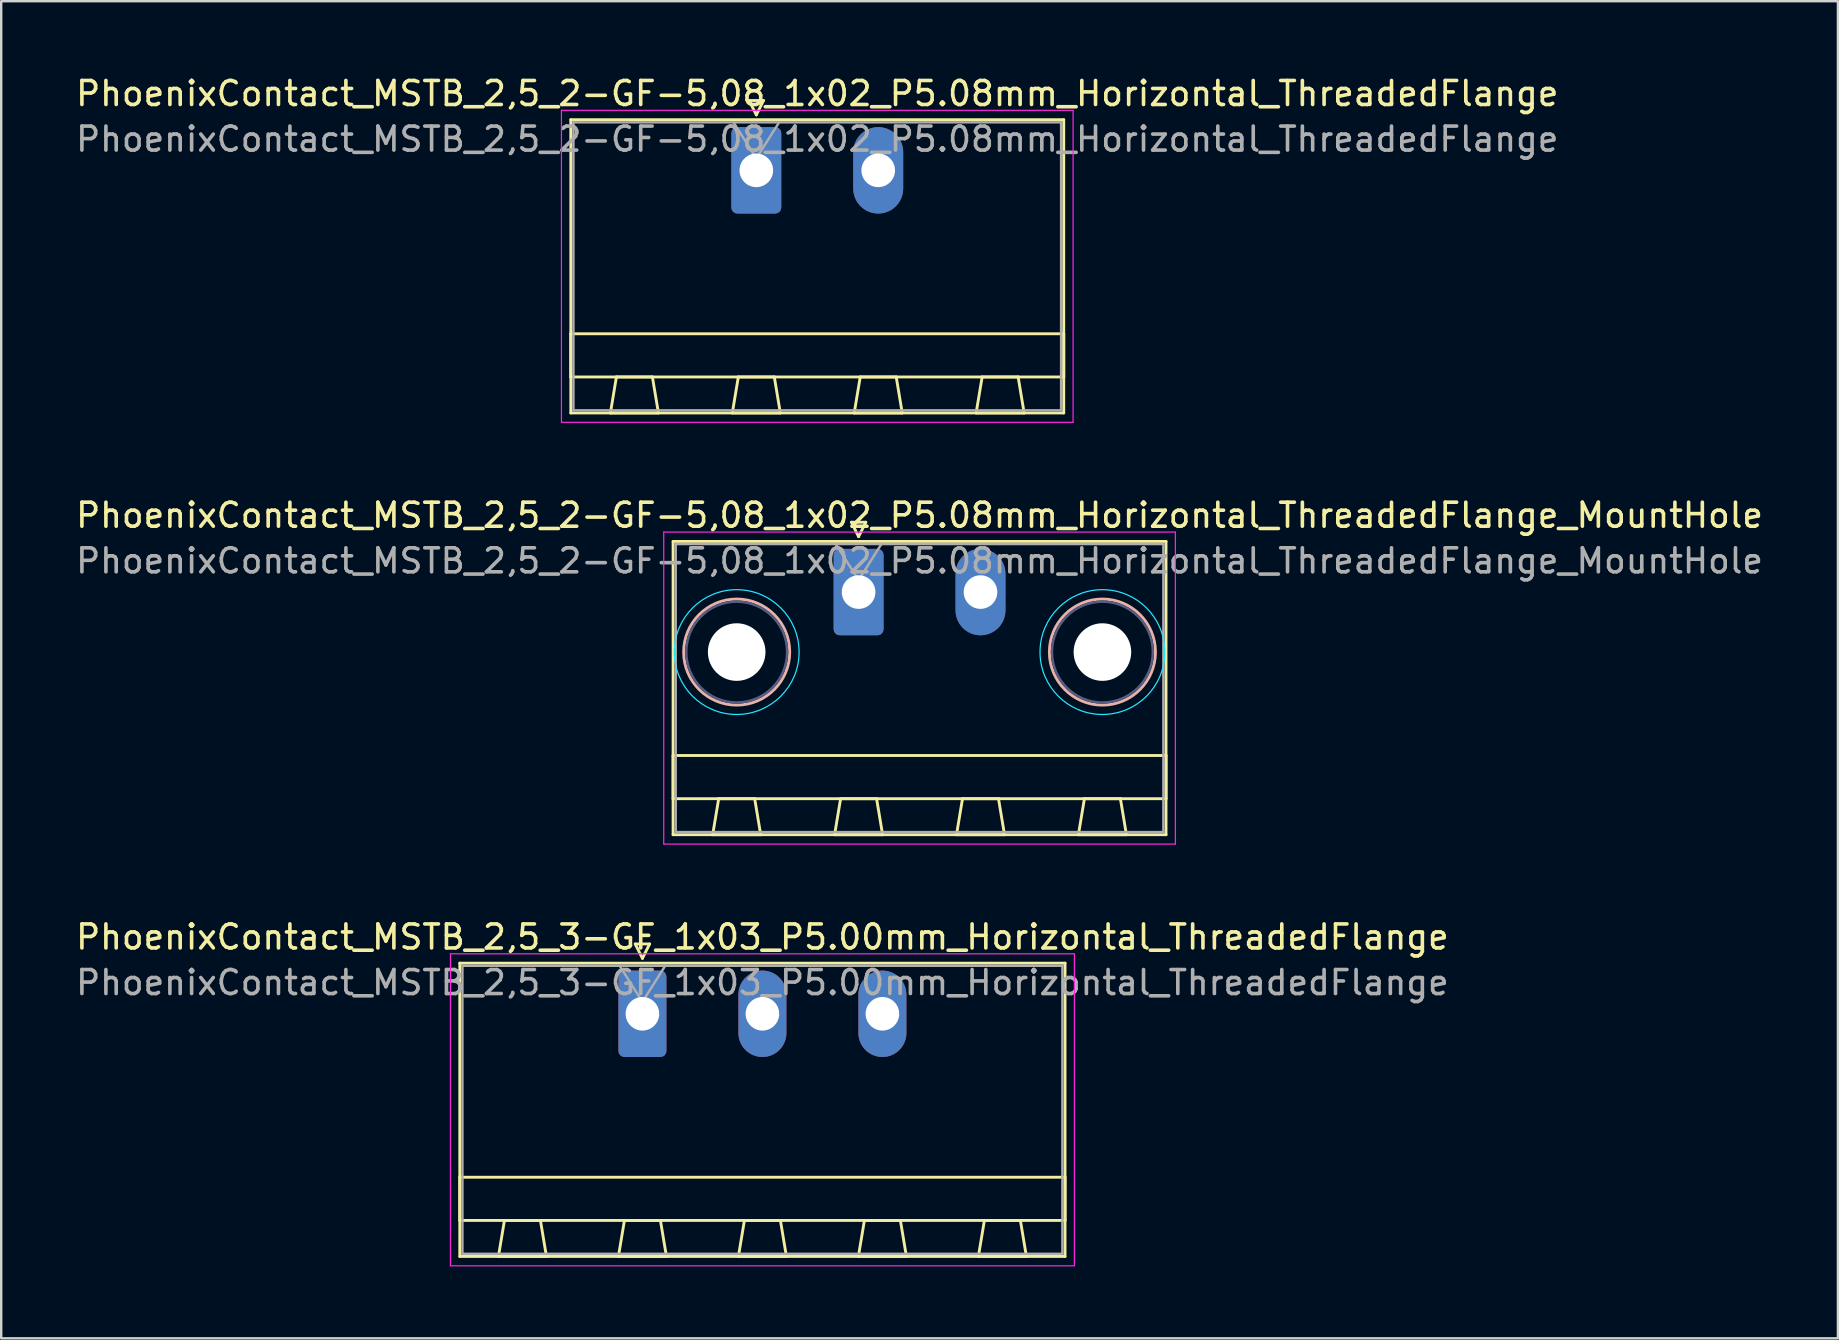
<source format=kicad_pcb>
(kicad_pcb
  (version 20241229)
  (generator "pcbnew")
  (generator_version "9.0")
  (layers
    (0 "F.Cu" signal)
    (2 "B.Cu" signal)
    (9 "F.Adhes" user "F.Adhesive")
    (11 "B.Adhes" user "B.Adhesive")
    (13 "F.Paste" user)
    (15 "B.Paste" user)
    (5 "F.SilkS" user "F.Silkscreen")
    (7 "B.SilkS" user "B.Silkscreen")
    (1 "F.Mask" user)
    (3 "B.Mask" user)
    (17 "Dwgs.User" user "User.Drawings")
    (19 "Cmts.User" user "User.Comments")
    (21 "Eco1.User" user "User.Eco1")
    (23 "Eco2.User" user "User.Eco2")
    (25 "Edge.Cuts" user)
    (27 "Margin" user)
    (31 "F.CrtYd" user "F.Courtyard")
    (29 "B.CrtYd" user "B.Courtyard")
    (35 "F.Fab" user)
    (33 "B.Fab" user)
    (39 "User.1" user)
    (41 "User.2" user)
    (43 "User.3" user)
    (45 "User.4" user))
  (footprint "PhoenixContact_MSTB_2,5_3-GF_1x03_P5.00mm_Horizontal_ThreadedFlange"
    (layer "F.Cu")
    (at 23.72 39.195)
    (property "Reference" "PhoenixContact_MSTB_2,5_3-GF_1x03_P5.00mm_Horizontal_ThreadedFlange" (at 5 -3.2 0) (layer "F.SilkS") (effects (font (size 1 1) (thickness 0.15))))
    (attr through_hole)
    (fp_line (start -7.61 -2.11) (end -7.61 10.11) (stroke (width 0.12) (type solid)) (layer "F.SilkS"))
    (fp_line (start -7.61 6.81) (end 17.61 6.81) (stroke (width 0.12) (type solid)) (layer "F.SilkS"))
    (fp_line (start -7.61 8.61) (end -7.61 6.81) (stroke (width 0.12) (type solid)) (layer "F.SilkS"))
    (fp_line (start -7.61 10.11) (end 17.61 10.11) (stroke (width 0.12) (type solid)) (layer "F.SilkS"))
    (fp_line (start -6 10.11) (end -4 10.11) (stroke (width 0.12) (type solid)) (layer "F.SilkS"))
    (fp_line (start -5.75 8.61) (end -6 10.11) (stroke (width 0.12) (type solid)) (layer "F.SilkS"))
    (fp_line (start -4.25 8.61) (end -5.75 8.61) (stroke (width 0.12) (type solid)) (layer "F.SilkS"))
    (fp_line (start -4 10.11) (end -4.25 8.61) (stroke (width 0.12) (type solid)) (layer "F.SilkS"))
    (fp_line (start -1 10.11) (end 1 10.11) (stroke (width 0.12) (type solid)) (layer "F.SilkS"))
    (fp_line (start -0.75 8.61) (end -1 10.11) (stroke (width 0.12) (type solid)) (layer "F.SilkS"))
    (fp_line (start -0.3 -2.91) (end 0.3 -2.91) (stroke (width 0.12) (type solid)) (layer "F.SilkS"))
    (fp_line (start 0 -2.31) (end -0.3 -2.91) (stroke (width 0.12) (type solid)) (layer "F.SilkS"))
    (fp_line (start 0.3 -2.91) (end 0 -2.31) (stroke (width 0.12) (type solid)) (layer "F.SilkS"))
    (fp_line (start 0.75 8.61) (end -0.75 8.61) (stroke (width 0.12) (type solid)) (layer "F.SilkS"))
    (fp_line (start 1 10.11) (end 0.75 8.61) (stroke (width 0.12) (type solid)) (layer "F.SilkS"))
    (fp_line (start 4 10.11) (end 6 10.11) (stroke (width 0.12) (type solid)) (layer "F.SilkS"))
    (fp_line (start 4.25 8.61) (end 4 10.11) (stroke (width 0.12) (type solid)) (layer "F.SilkS"))
    (fp_line (start 5.75 8.61) (end 4.25 8.61) (stroke (width 0.12) (type solid)) (layer "F.SilkS"))
    (fp_line (start 6 10.11) (end 5.75 8.61) (stroke (width 0.12) (type solid)) (layer "F.SilkS"))
    (fp_line (start 9 10.11) (end 11 10.11) (stroke (width 0.12) (type solid)) (layer "F.SilkS"))
    (fp_line (start 9.25 8.61) (end 9 10.11) (stroke (width 0.12) (type solid)) (layer "F.SilkS"))
    (fp_line (start 10.75 8.61) (end 9.25 8.61) (stroke (width 0.12) (type solid)) (layer "F.SilkS"))
    (fp_line (start 11 10.11) (end 10.75 8.61) (stroke (width 0.12) (type solid)) (layer "F.SilkS"))
    (fp_line (start 14 10.11) (end 16 10.11) (stroke (width 0.12) (type solid)) (layer "F.SilkS"))
    (fp_line (start 14.25 8.61) (end 14 10.11) (stroke (width 0.12) (type solid)) (layer "F.SilkS"))
    (fp_line (start 15.75 8.61) (end 14.25 8.61) (stroke (width 0.12) (type solid)) (layer "F.SilkS"))
    (fp_line (start 16 10.11) (end 15.75 8.61) (stroke (width 0.12) (type solid)) (layer "F.SilkS"))
    (fp_line (start 17.61 -2.11) (end -7.61 -2.11) (stroke (width 0.12) (type solid)) (layer "F.SilkS"))
    (fp_line (start 17.61 6.81) (end 17.61 8.61) (stroke (width 0.12) (type solid)) (layer "F.SilkS"))
    (fp_line (start 17.61 8.61) (end -7.61 8.61) (stroke (width 0.12) (type solid)) (layer "F.SilkS"))
    (fp_line (start 17.61 10.11) (end 17.61 -2.11) (stroke (width 0.12) (type solid)) (layer "F.SilkS"))
    (fp_line (start -8 -2.5) (end -8 10.5) (stroke (width 0.05) (type solid)) (layer "F.CrtYd"))
    (fp_line (start -8 10.5) (end 18 10.5) (stroke (width 0.05) (type solid)) (layer "F.CrtYd"))
    (fp_line (start 18 -2.5) (end -8 -2.5) (stroke (width 0.05) (type solid)) (layer "F.CrtYd"))
    (fp_line (start 18 10.5) (end 18 -2.5) (stroke (width 0.05) (type solid)) (layer "F.CrtYd"))
    (fp_line (start -7.5 -2) (end -7.5 10) (stroke (width 0.1) (type solid)) (layer "F.Fab"))
    (fp_line (start -7.5 10) (end 17.5 10) (stroke (width 0.1) (type solid)) (layer "F.Fab"))
    (fp_line (start 0 -0.5) (end -0.95 -2) (stroke (width 0.1) (type solid)) (layer "F.Fab"))
    (fp_line (start 0.95 -2) (end 0 -0.5) (stroke (width 0.1) (type solid)) (layer "F.Fab"))
    (fp_line (start 17.5 -2) (end -7.5 -2) (stroke (width 0.1) (type solid)) (layer "F.Fab"))
    (fp_line (start 17.5 10) (end 17.5 -2) (stroke (width 0.1) (type solid)) (layer "F.Fab"))
    (fp_text user "${REFERENCE}" (at 5 -1.3 0) (layer "F.Fab") (effects (font (size 1 1) (thickness 0.15))))
    (pad "1" thru_hole roundrect (at 0 0) (size 2 3.6) (drill 1.4) (layers "*.Cu" "*.Mask") (roundrect_rratio 0.125))
    (pad "2" thru_hole oval (at 5 0) (size 2 3.6) (drill 1.4) (layers "*.Cu" "*.Mask"))
    (pad "3" thru_hole oval (at 10 0) (size 2 3.6) (drill 1.4) (layers "*.Cu" "*.Mask")))
  (footprint "PhoenixContact_MSTB_2,5_2-GF-5,08_1x02_P5.08mm_Horizontal_ThreadedFlange_MountHole"
    (layer "F.Cu")
    (at 32.728 21.622)
    (property "Reference" "PhoenixContact_MSTB_2,5_2-GF-5,08_1x02_P5.08mm_Horizontal_ThreadedFlange_MountHole" (at 2.54 -3.2 0) (layer "F.SilkS") (effects (font (size 1 1) (thickness 0.15))))
    (attr through_hole)
    (fp_line (start -7.73 -2.11) (end -7.73 10.11) (stroke (width 0.12) (type solid)) (layer "F.SilkS"))
    (fp_line (start -7.73 6.81) (end 12.81 6.81) (stroke (width 0.12) (type solid)) (layer "F.SilkS"))
    (fp_line (start -7.73 8.61) (end -7.73 6.81) (stroke (width 0.12) (type solid)) (layer "F.SilkS"))
    (fp_line (start -7.73 10.11) (end 12.81 10.11) (stroke (width 0.12) (type solid)) (layer "F.SilkS"))
    (fp_line (start -6.08 10.11) (end -4.08 10.11) (stroke (width 0.12) (type solid)) (layer "F.SilkS"))
    (fp_line (start -5.83 8.61) (end -6.08 10.11) (stroke (width 0.12) (type solid)) (layer "F.SilkS"))
    (fp_line (start -4.33 8.61) (end -5.83 8.61) (stroke (width 0.12) (type solid)) (layer "F.SilkS"))
    (fp_line (start -4.08 10.11) (end -4.33 8.61) (stroke (width 0.12) (type solid)) (layer "F.SilkS"))
    (fp_line (start -1 10.11) (end 1 10.11) (stroke (width 0.12) (type solid)) (layer "F.SilkS"))
    (fp_line (start -0.75 8.61) (end -1 10.11) (stroke (width 0.12) (type solid)) (layer "F.SilkS"))
    (fp_line (start -0.3 -2.91) (end 0.3 -2.91) (stroke (width 0.12) (type solid)) (layer "F.SilkS"))
    (fp_line (start 0 -2.31) (end -0.3 -2.91) (stroke (width 0.12) (type solid)) (layer "F.SilkS"))
    (fp_line (start 0.3 -2.91) (end 0 -2.31) (stroke (width 0.12) (type solid)) (layer "F.SilkS"))
    (fp_line (start 0.75 8.61) (end -0.75 8.61) (stroke (width 0.12) (type solid)) (layer "F.SilkS"))
    (fp_line (start 1 10.11) (end 0.75 8.61) (stroke (width 0.12) (type solid)) (layer "F.SilkS"))
    (fp_line (start 4.08 10.11) (end 6.08 10.11) (stroke (width 0.12) (type solid)) (layer "F.SilkS"))
    (fp_line (start 4.33 8.61) (end 4.08 10.11) (stroke (width 0.12) (type solid)) (layer "F.SilkS"))
    (fp_line (start 5.83 8.61) (end 4.33 8.61) (stroke (width 0.12) (type solid)) (layer "F.SilkS"))
    (fp_line (start 6.08 10.11) (end 5.83 8.61) (stroke (width 0.12) (type solid)) (layer "F.SilkS"))
    (fp_line (start 9.16 10.11) (end 11.16 10.11) (stroke (width 0.12) (type solid)) (layer "F.SilkS"))
    (fp_line (start 9.41 8.61) (end 9.16 10.11) (stroke (width 0.12) (type solid)) (layer "F.SilkS"))
    (fp_line (start 10.91 8.61) (end 9.41 8.61) (stroke (width 0.12) (type solid)) (layer "F.SilkS"))
    (fp_line (start 11.16 10.11) (end 10.91 8.61) (stroke (width 0.12) (type solid)) (layer "F.SilkS"))
    (fp_line (start 12.81 -2.11) (end -7.73 -2.11) (stroke (width 0.12) (type solid)) (layer "F.SilkS"))
    (fp_line (start 12.81 6.81) (end 12.81 8.61) (stroke (width 0.12) (type solid)) (layer "F.SilkS"))
    (fp_line (start 12.81 8.61) (end -7.73 8.61) (stroke (width 0.12) (type solid)) (layer "F.SilkS"))
    (fp_line (start 12.81 10.11) (end 12.81 -2.11) (stroke (width 0.12) (type solid)) (layer "F.SilkS"))
    (fp_circle (center -5.08 2.5) (end -2.87 2.5) (stroke (width 0.12) (type solid)) (fill no) (layer "B.SilkS"))
    (fp_circle (center 10.16 2.5) (end 12.37 2.5) (stroke (width 0.12) (type solid)) (fill no) (layer "B.SilkS"))
    (fp_circle (center -5.08 2.5) (end -2.48 2.5) (stroke (width 0.05) (type solid)) (fill no) (layer "B.CrtYd"))
    (fp_circle (center 10.16 2.5) (end 12.76 2.5) (stroke (width 0.05) (type solid)) (fill no) (layer "B.CrtYd"))
    (fp_line (start -8.12 -2.5) (end -8.12 10.5) (stroke (width 0.05) (type solid)) (layer "F.CrtYd"))
    (fp_line (start -8.12 10.5) (end 13.2 10.5) (stroke (width 0.05) (type solid)) (layer "F.CrtYd"))
    (fp_line (start 13.2 -2.5) (end -8.12 -2.5) (stroke (width 0.05) (type solid)) (layer "F.CrtYd"))
    (fp_line (start 13.2 10.5) (end 13.2 -2.5) (stroke (width 0.05) (type solid)) (layer "F.CrtYd"))
    (fp_circle (center -5.08 2.5) (end -2.98 2.5) (stroke (width 0.1) (type solid)) (fill no) (layer "B.Fab"))
    (fp_circle (center 10.16 2.5) (end 12.26 2.5) (stroke (width 0.1) (type solid)) (fill no) (layer "B.Fab"))
    (fp_line (start -7.62 -2) (end -7.62 10) (stroke (width 0.1) (type solid)) (layer "F.Fab"))
    (fp_line (start -7.62 10) (end 12.7 10) (stroke (width 0.1) (type solid)) (layer "F.Fab"))
    (fp_line (start 0 -0.5) (end -0.95 -2) (stroke (width 0.1) (type solid)) (layer "F.Fab"))
    (fp_line (start 0.95 -2) (end 0 -0.5) (stroke (width 0.1) (type solid)) (layer "F.Fab"))
    (fp_line (start 12.7 -2) (end -7.62 -2) (stroke (width 0.1) (type solid)) (layer "F.Fab"))
    (fp_line (start 12.7 10) (end 12.7 -2) (stroke (width 0.1) (type solid)) (layer "F.Fab"))
    (fp_text user "${REFERENCE}" (at 2.54 -1.3 0) (layer "F.Fab") (effects (font (size 1 1) (thickness 0.15))))
    (pad "" np_thru_hole circle (at -5.08 2.5) (size 2.4 2.4) (drill 2.4) (layers "*.Cu" "*.Mask"))
    (pad "" np_thru_hole circle (at 10.16 2.5) (size 2.4 2.4) (drill 2.4) (layers "*.Cu" "*.Mask"))
    (pad "1" thru_hole roundrect (at 0 0) (size 2.08 3.6) (drill 1.4) (layers "*.Cu" "*.Mask") (roundrect_rratio 0.12))
    (pad "2" thru_hole oval (at 5.08 0) (size 2.08 3.6) (drill 1.4) (layers "*.Cu" "*.Mask")))
  (footprint "PhoenixContact_MSTB_2,5_2-GF-5,08_1x02_P5.08mm_Horizontal_ThreadedFlange"
    (layer "F.Cu")
    (at 28.466 4.048)
    (property "Reference" "PhoenixContact_MSTB_2,5_2-GF-5,08_1x02_P5.08mm_Horizontal_ThreadedFlange" (at 2.54 -3.2 0) (layer "F.SilkS") (effects (font (size 1 1) (thickness 0.15))))
    (attr through_hole)
    (fp_line (start -7.73 -2.11) (end -7.73 10.11) (stroke (width 0.12) (type solid)) (layer "F.SilkS"))
    (fp_line (start -7.73 6.81) (end 12.81 6.81) (stroke (width 0.12) (type solid)) (layer "F.SilkS"))
    (fp_line (start -7.73 8.61) (end -7.73 6.81) (stroke (width 0.12) (type solid)) (layer "F.SilkS"))
    (fp_line (start -7.73 10.11) (end 12.81 10.11) (stroke (width 0.12) (type solid)) (layer "F.SilkS"))
    (fp_line (start -6.08 10.11) (end -4.08 10.11) (stroke (width 0.12) (type solid)) (layer "F.SilkS"))
    (fp_line (start -5.83 8.61) (end -6.08 10.11) (stroke (width 0.12) (type solid)) (layer "F.SilkS"))
    (fp_line (start -4.33 8.61) (end -5.83 8.61) (stroke (width 0.12) (type solid)) (layer "F.SilkS"))
    (fp_line (start -4.08 10.11) (end -4.33 8.61) (stroke (width 0.12) (type solid)) (layer "F.SilkS"))
    (fp_line (start -1 10.11) (end 1 10.11) (stroke (width 0.12) (type solid)) (layer "F.SilkS"))
    (fp_line (start -0.75 8.61) (end -1 10.11) (stroke (width 0.12) (type solid)) (layer "F.SilkS"))
    (fp_line (start -0.3 -2.91) (end 0.3 -2.91) (stroke (width 0.12) (type solid)) (layer "F.SilkS"))
    (fp_line (start 0 -2.31) (end -0.3 -2.91) (stroke (width 0.12) (type solid)) (layer "F.SilkS"))
    (fp_line (start 0.3 -2.91) (end 0 -2.31) (stroke (width 0.12) (type solid)) (layer "F.SilkS"))
    (fp_line (start 0.75 8.61) (end -0.75 8.61) (stroke (width 0.12) (type solid)) (layer "F.SilkS"))
    (fp_line (start 1 10.11) (end 0.75 8.61) (stroke (width 0.12) (type solid)) (layer "F.SilkS"))
    (fp_line (start 4.08 10.11) (end 6.08 10.11) (stroke (width 0.12) (type solid)) (layer "F.SilkS"))
    (fp_line (start 4.33 8.61) (end 4.08 10.11) (stroke (width 0.12) (type solid)) (layer "F.SilkS"))
    (fp_line (start 5.83 8.61) (end 4.33 8.61) (stroke (width 0.12) (type solid)) (layer "F.SilkS"))
    (fp_line (start 6.08 10.11) (end 5.83 8.61) (stroke (width 0.12) (type solid)) (layer "F.SilkS"))
    (fp_line (start 9.16 10.11) (end 11.16 10.11) (stroke (width 0.12) (type solid)) (layer "F.SilkS"))
    (fp_line (start 9.41 8.61) (end 9.16 10.11) (stroke (width 0.12) (type solid)) (layer "F.SilkS"))
    (fp_line (start 10.91 8.61) (end 9.41 8.61) (stroke (width 0.12) (type solid)) (layer "F.SilkS"))
    (fp_line (start 11.16 10.11) (end 10.91 8.61) (stroke (width 0.12) (type solid)) (layer "F.SilkS"))
    (fp_line (start 12.81 -2.11) (end -7.73 -2.11) (stroke (width 0.12) (type solid)) (layer "F.SilkS"))
    (fp_line (start 12.81 6.81) (end 12.81 8.61) (stroke (width 0.12) (type solid)) (layer "F.SilkS"))
    (fp_line (start 12.81 8.61) (end -7.73 8.61) (stroke (width 0.12) (type solid)) (layer "F.SilkS"))
    (fp_line (start 12.81 10.11) (end 12.81 -2.11) (stroke (width 0.12) (type solid)) (layer "F.SilkS"))
    (fp_line (start -8.12 -2.5) (end -8.12 10.5) (stroke (width 0.05) (type solid)) (layer "F.CrtYd"))
    (fp_line (start -8.12 10.5) (end 13.2 10.5) (stroke (width 0.05) (type solid)) (layer "F.CrtYd"))
    (fp_line (start 13.2 -2.5) (end -8.12 -2.5) (stroke (width 0.05) (type solid)) (layer "F.CrtYd"))
    (fp_line (start 13.2 10.5) (end 13.2 -2.5) (stroke (width 0.05) (type solid)) (layer "F.CrtYd"))
    (fp_line (start -7.62 -2) (end -7.62 10) (stroke (width 0.1) (type solid)) (layer "F.Fab"))
    (fp_line (start -7.62 10) (end 12.7 10) (stroke (width 0.1) (type solid)) (layer "F.Fab"))
    (fp_line (start 0 -0.5) (end -0.95 -2) (stroke (width 0.1) (type solid)) (layer "F.Fab"))
    (fp_line (start 0.95 -2) (end 0 -0.5) (stroke (width 0.1) (type solid)) (layer "F.Fab"))
    (fp_line (start 12.7 -2) (end -7.62 -2) (stroke (width 0.1) (type solid)) (layer "F.Fab"))
    (fp_line (start 12.7 10) (end 12.7 -2) (stroke (width 0.1) (type solid)) (layer "F.Fab"))
    (fp_text user "${REFERENCE}" (at 2.54 -1.3 0) (layer "F.Fab") (effects (font (size 1 1) (thickness 0.15))))
    (pad "1" thru_hole roundrect (at 0 0) (size 2.08 3.6) (drill 1.4) (layers "*.Cu" "*.Mask") (roundrect_rratio 0.12))
    (pad "2" thru_hole oval (at 5.08 0) (size 2.08 3.6) (drill 1.4) (layers "*.Cu" "*.Mask")))
  (gr_rect
    (start -3 -3)
    (end 73.536 52.72)
    (stroke (width 0.1) (type default))
    (fill no)
    (layer "Edge.Cuts")))
</source>
